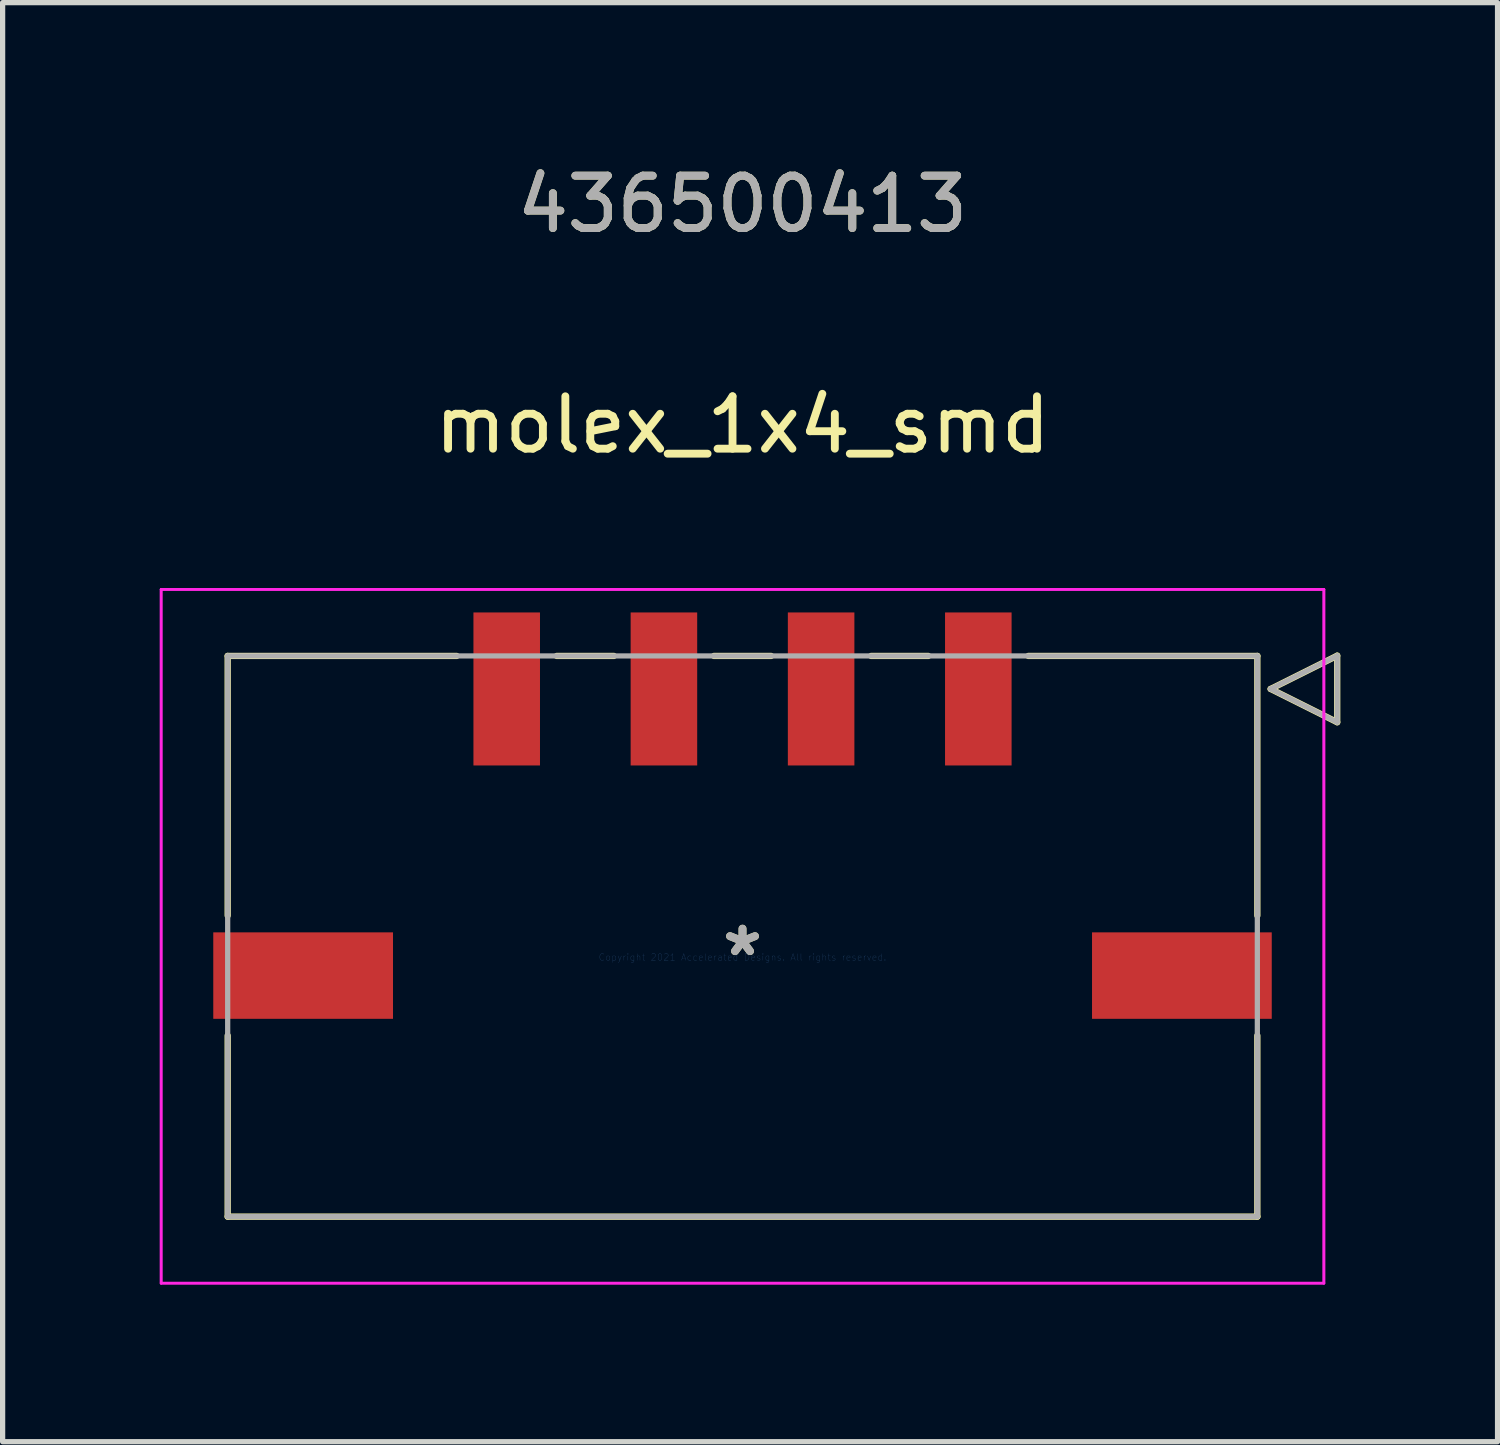
<source format=kicad_pcb>
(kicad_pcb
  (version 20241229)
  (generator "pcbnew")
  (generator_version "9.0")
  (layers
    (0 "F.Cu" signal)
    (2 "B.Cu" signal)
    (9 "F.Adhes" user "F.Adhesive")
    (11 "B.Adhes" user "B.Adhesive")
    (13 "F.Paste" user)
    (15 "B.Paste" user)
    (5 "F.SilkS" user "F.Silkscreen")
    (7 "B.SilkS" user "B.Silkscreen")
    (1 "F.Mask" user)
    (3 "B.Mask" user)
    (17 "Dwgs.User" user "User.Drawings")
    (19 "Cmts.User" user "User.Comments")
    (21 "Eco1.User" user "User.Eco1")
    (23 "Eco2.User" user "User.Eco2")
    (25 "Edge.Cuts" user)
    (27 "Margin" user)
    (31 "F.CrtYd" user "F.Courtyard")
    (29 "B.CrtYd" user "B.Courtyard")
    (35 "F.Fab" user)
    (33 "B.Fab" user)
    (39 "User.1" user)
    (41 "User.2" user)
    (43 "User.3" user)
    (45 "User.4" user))
  (footprint "molex_1x4_smd"
    (layer "F.Cu")
    (at 11.12 15.218)
    (property "Reference" "molex_1x4_smd" (at 0 -10.16 0) (layer "F.SilkS") (effects (font (size 1 1) (thickness 0.15))))
    (attr through_hole)
    (fp_line (start -9.825 -5.75) (end -9.825 -0.795) (stroke (width 0.12) (type solid)) (layer "F.SilkS"))
    (fp_line (start -9.825 1.495) (end -9.825 4.95) (stroke (width 0.12) (type solid)) (layer "F.SilkS"))
    (fp_line (start -9.825 4.95) (end 9.825 4.95) (stroke (width 0.12) (type solid)) (layer "F.SilkS"))
    (fp_line (start -5.455 -5.75) (end -9.825 -5.75) (stroke (width 0.12) (type solid)) (layer "F.SilkS"))
    (fp_line (start -2.455 -5.75) (end -3.545 -5.75) (stroke (width 0.12) (type solid)) (layer "F.SilkS"))
    (fp_line (start 0.545 -5.75) (end -0.545 -5.75) (stroke (width 0.12) (type solid)) (layer "F.SilkS"))
    (fp_line (start 3.545 -5.75) (end 2.455 -5.75) (stroke (width 0.12) (type solid)) (layer "F.SilkS"))
    (fp_line (start 9.825 -5.75) (end 5.455 -5.75) (stroke (width 0.12) (type solid)) (layer "F.SilkS"))
    (fp_line (start 9.825 -0.795) (end 9.825 -5.75) (stroke (width 0.12) (type solid)) (layer "F.SilkS"))
    (fp_line (start 9.825 4.95) (end 9.825 1.495) (stroke (width 0.12) (type solid)) (layer "F.SilkS"))
    (fp_line (start 10.079 -5.12) (end 11.349 -5.755) (stroke (width 0.12) (type solid)) (layer "F.SilkS"))
    (fp_line (start 11.349 -5.755) (end 11.349 -4.485) (stroke (width 0.12) (type solid)) (layer "F.SilkS"))
    (fp_line (start 11.349 -4.485) (end 10.079 -5.12) (stroke (width 0.12) (type solid)) (layer "F.SilkS"))
    (fp_line (start -11.095 -7.02) (end -11.095 6.22) (stroke (width 0.05) (type solid)) (layer "F.CrtYd"))
    (fp_line (start -11.095 -7.02) (end -11.095 6.22) (stroke (width 0.05) (type solid)) (layer "F.CrtYd"))
    (fp_line (start -11.095 6.22) (end 11.095 6.22) (stroke (width 0.05) (type solid)) (layer "F.CrtYd"))
    (fp_line (start -11.095 6.22) (end 11.095 6.22) (stroke (width 0.05) (type solid)) (layer "F.CrtYd"))
    (fp_line (start 11.095 -7.02) (end -11.095 -7.02) (stroke (width 0.05) (type solid)) (layer "F.CrtYd"))
    (fp_line (start 11.095 -7.02) (end -11.095 -7.02) (stroke (width 0.05) (type solid)) (layer "F.CrtYd"))
    (fp_line (start 11.095 6.22) (end 11.095 -7.02) (stroke (width 0.05) (type solid)) (layer "F.CrtYd"))
    (fp_line (start 11.095 6.22) (end 11.095 -7.02) (stroke (width 0.05) (type solid)) (layer "F.CrtYd"))
    (fp_line (start -9.825 -5.75) (end -9.825 4.95) (stroke (width 0.1) (type solid)) (layer "F.Fab"))
    (fp_line (start -9.825 4.95) (end 9.825 4.95) (stroke (width 0.1) (type solid)) (layer "F.Fab"))
    (fp_line (start 9.825 -5.75) (end -9.825 -5.75) (stroke (width 0.1) (type solid)) (layer "F.Fab"))
    (fp_line (start 9.825 4.95) (end 9.825 -5.75) (stroke (width 0.1) (type solid)) (layer "F.Fab"))
    (fp_line (start 10.079 -5.12) (end 11.349 -5.755) (stroke (width 0.1) (type solid)) (layer "F.Fab"))
    (fp_line (start 11.349 -5.755) (end 11.349 -4.485) (stroke (width 0.1) (type solid)) (layer "F.Fab"))
    (fp_line (start 11.349 -4.485) (end 10.079 -5.12) (stroke (width 0.1) (type solid)) (layer "F.Fab"))
    (fp_text user "*" (at 0 0 0) (layer "F.SilkS") (effects (font (size 1 1) (thickness 0.15))))
    (fp_text user "436500413" (at 0 -14.37 0) (layer "F.SilkS") (effects (font (size 1 1) (thickness 0.15))))
    (fp_text user "Copyright 2021 Accelerated Designs. All rights reserved." (at 0 0 0) (layer "Cmts.User") (effects (font (size 0.127 0.127) (thickness 0.002))))
    (fp_text user "*" (at 0 0 0) (layer "F.Fab") (effects (font (size 1 1) (thickness 0.15))))
    (fp_text user "436500413" (at 0 -14.37 0) (layer "F.Fab") (effects (font (size 1 1) (thickness 0.15))))
    (pad "1" smd rect (at 4.5 -5.12) (size 1.27 2.92) (layers "F.Cu" "F.Mask" "F.Paste"))
    (pad "2" smd rect (at 1.5 -5.12) (size 1.27 2.92) (layers "F.Cu" "F.Mask" "F.Paste"))
    (pad "3" smd rect (at -1.5 -5.12) (size 1.27 2.92) (layers "F.Cu" "F.Mask" "F.Paste"))
    (pad "4" smd rect (at -4.5 -5.12) (size 1.27 2.92) (layers "F.Cu" "F.Mask" "F.Paste"))
    (pad "P1" smd rect (at 8.385 0.35) (size 3.43 1.65) (layers "F.Cu" "F.Mask" "F.Paste"))
    (pad "P2" smd rect (at -8.385 0.35) (size 3.43 1.65) (layers "F.Cu" "F.Mask" "F.Paste")))
  (gr_rect
    (start -3 -3)
    (end 25.529 24.463)
    (stroke (width 0.1) (type default))
    (fill no)
    (layer "Edge.Cuts")))
</source>
